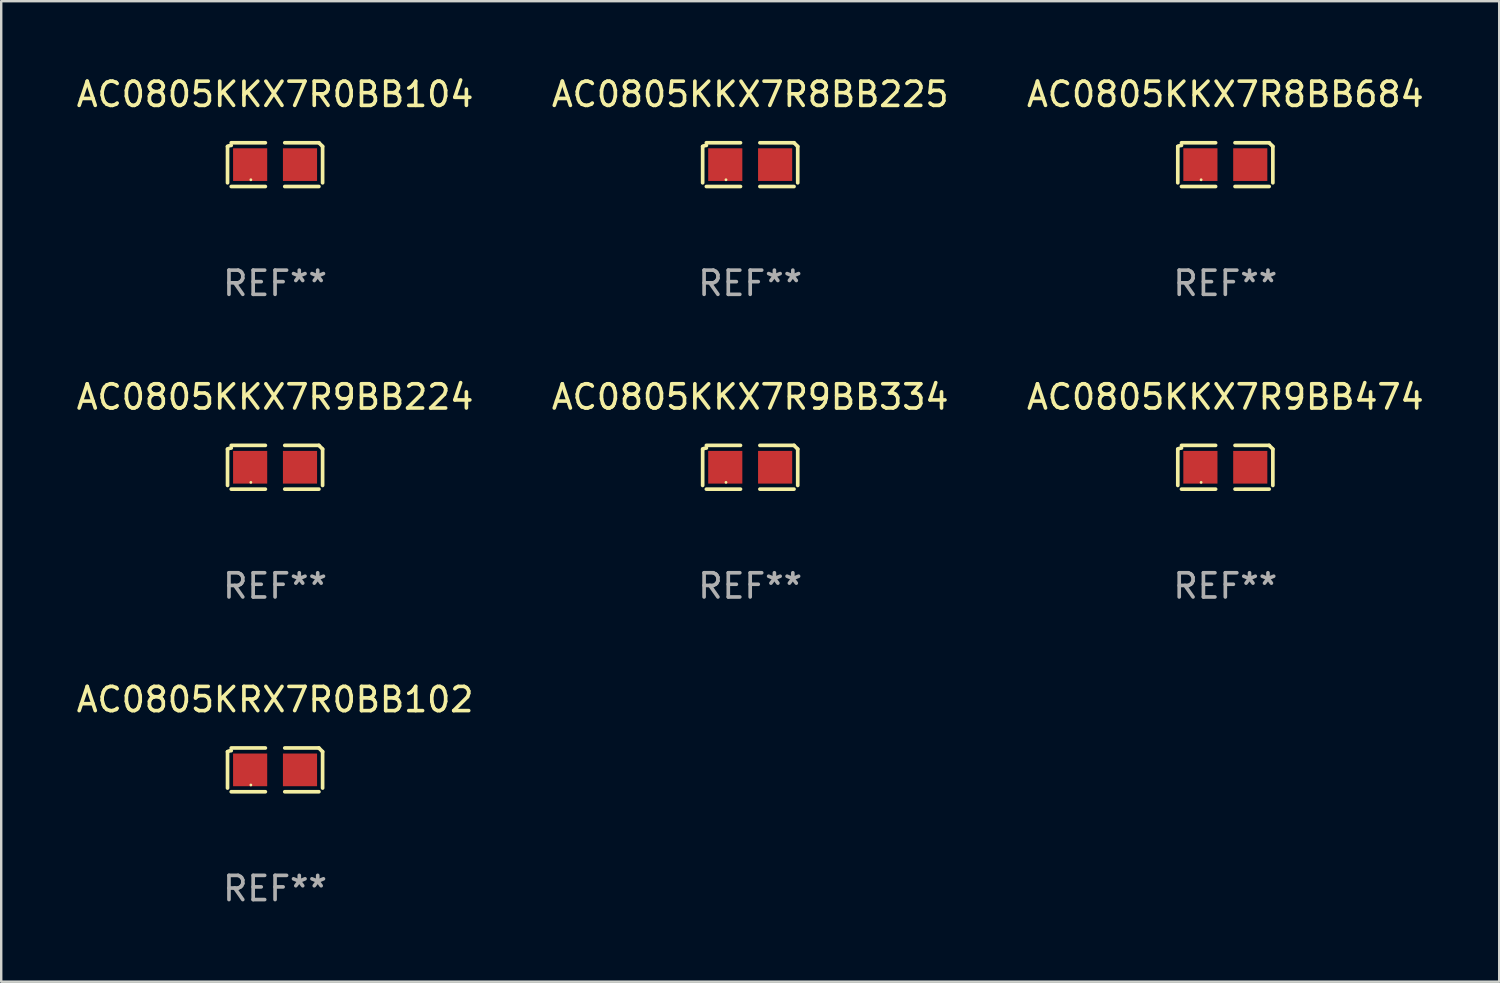
<source format=kicad_pcb>
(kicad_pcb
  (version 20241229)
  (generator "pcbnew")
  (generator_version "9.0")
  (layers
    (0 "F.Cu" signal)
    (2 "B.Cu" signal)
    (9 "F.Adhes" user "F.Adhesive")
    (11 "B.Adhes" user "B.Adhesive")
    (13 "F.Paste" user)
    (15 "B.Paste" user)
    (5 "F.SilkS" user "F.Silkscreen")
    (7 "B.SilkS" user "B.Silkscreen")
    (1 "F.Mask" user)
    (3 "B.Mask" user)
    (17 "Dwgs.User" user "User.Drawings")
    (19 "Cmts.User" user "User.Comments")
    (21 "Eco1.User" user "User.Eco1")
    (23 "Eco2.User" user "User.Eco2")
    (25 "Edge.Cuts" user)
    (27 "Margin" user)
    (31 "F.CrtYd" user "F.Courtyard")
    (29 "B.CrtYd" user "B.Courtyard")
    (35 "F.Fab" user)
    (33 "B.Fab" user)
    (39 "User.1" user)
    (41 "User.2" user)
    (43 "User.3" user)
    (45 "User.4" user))
  (footprint "AC0805KKX7R9BB334"
    (layer "F.Cu")
    (at 27.946 16.256)
    (property "Reference" "AC0805KKX7R9BB334" (at 0 -2.904 0) (layer "F.SilkS") (effects (font (size 1 1) (thickness 0.15))))
    (attr through_hole)
    (fp_line (start -1.964 0.751) (end -1.964 -0.751) (stroke (width 0.152) (type solid)) (layer "F.SilkS"))
    (fp_line (start -1.811 -0.904) (end -0.401 -0.904) (stroke (width 0.152) (type solid)) (layer "F.SilkS"))
    (fp_line (start -0.401 0.904) (end -1.811 0.904) (stroke (width 0.152) (type solid)) (layer "F.SilkS"))
    (fp_line (start 0.401 0.904) (end 1.811 0.904) (stroke (width 0.152) (type solid)) (layer "F.SilkS"))
    (fp_line (start 1.811 -0.904) (end 0.401 -0.904) (stroke (width 0.152) (type solid)) (layer "F.SilkS"))
    (fp_line (start 1.964 0.751) (end 1.964 -0.751) (stroke (width 0.152) (type solid)) (layer "F.SilkS"))
    (fp_arc (start -1.963602 -0.751207) (mid -1.890354 -0.783131) (end -1.811201 -0.794044) (stroke (width 0.1524) (type solid)) (layer "F.SilkS"))
    (fp_arc (start 1.811202 -0.903607) (mid 1.887413 -0.827418) (end 1.963602 -0.751207) (stroke (width 0.1524) (type solid)) (layer "F.SilkS"))
    (fp_circle (center -1 0.625) (end -0.97 0.625) (stroke (width 0.06) (type solid)) (fill no) (layer "F.SilkS"))
    (fp_text user "REF**" (at 0 4.904 0) (layer "F.Fab") (effects (font (size 1 1) (thickness 0.15))))
    (pad "1" smd rect (at -1.03 0) (size 1.41 1.35) (layers "F.Cu" "F.Mask" "F.Paste"))
    (pad "2" smd rect (at 1.03 0) (size 1.41 1.35) (layers "F.Cu" "F.Mask" "F.Paste")))
  (footprint "AC0805KKX7R0BB104"
    (layer "F.Cu")
    (at 8.315 3.752)
    (property "Reference" "AC0805KKX7R0BB104" (at 0 -2.904 0) (layer "F.SilkS") (effects (font (size 1 1) (thickness 0.15))))
    (attr through_hole)
    (fp_line (start -1.964 0.751) (end -1.964 -0.751) (stroke (width 0.152) (type solid)) (layer "F.SilkS"))
    (fp_line (start -1.811 -0.904) (end -0.401 -0.904) (stroke (width 0.152) (type solid)) (layer "F.SilkS"))
    (fp_line (start -0.401 0.904) (end -1.811 0.904) (stroke (width 0.152) (type solid)) (layer "F.SilkS"))
    (fp_line (start 0.401 0.904) (end 1.811 0.904) (stroke (width 0.152) (type solid)) (layer "F.SilkS"))
    (fp_line (start 1.811 -0.904) (end 0.401 -0.904) (stroke (width 0.152) (type solid)) (layer "F.SilkS"))
    (fp_line (start 1.964 0.751) (end 1.964 -0.751) (stroke (width 0.152) (type solid)) (layer "F.SilkS"))
    (fp_arc (start -1.963602 -0.751207) (mid -1.890354 -0.783131) (end -1.811201 -0.794044) (stroke (width 0.1524) (type solid)) (layer "F.SilkS"))
    (fp_arc (start 1.811202 -0.903607) (mid 1.887413 -0.827418) (end 1.963602 -0.751207) (stroke (width 0.1524) (type solid)) (layer "F.SilkS"))
    (fp_circle (center -1 0.625) (end -0.97 0.625) (stroke (width 0.06) (type solid)) (fill no) (layer "F.SilkS"))
    (fp_text user "REF**" (at 0 4.904 0) (layer "F.Fab") (effects (font (size 1 1) (thickness 0.15))))
    (pad "1" smd rect (at -1.03 0) (size 1.41 1.35) (layers "F.Cu" "F.Mask" "F.Paste"))
    (pad "2" smd rect (at 1.03 0) (size 1.41 1.35) (layers "F.Cu" "F.Mask" "F.Paste")))
  (footprint "AC0805KRX7R0BB102"
    (layer "F.Cu")
    (at 8.315 28.759)
    (property "Reference" "AC0805KRX7R0BB102" (at 0 -2.904 0) (layer "F.SilkS") (effects (font (size 1 1) (thickness 0.15))))
    (attr through_hole)
    (fp_line (start -1.964 0.751) (end -1.964 -0.751) (stroke (width 0.152) (type solid)) (layer "F.SilkS"))
    (fp_line (start -1.811 -0.904) (end -0.401 -0.904) (stroke (width 0.152) (type solid)) (layer "F.SilkS"))
    (fp_line (start -0.401 0.904) (end -1.811 0.904) (stroke (width 0.152) (type solid)) (layer "F.SilkS"))
    (fp_line (start 0.401 0.904) (end 1.811 0.904) (stroke (width 0.152) (type solid)) (layer "F.SilkS"))
    (fp_line (start 1.811 -0.904) (end 0.401 -0.904) (stroke (width 0.152) (type solid)) (layer "F.SilkS"))
    (fp_line (start 1.964 0.751) (end 1.964 -0.751) (stroke (width 0.152) (type solid)) (layer "F.SilkS"))
    (fp_arc (start -1.963602 -0.751207) (mid -1.890354 -0.783131) (end -1.811201 -0.794044) (stroke (width 0.1524) (type solid)) (layer "F.SilkS"))
    (fp_arc (start 1.811202 -0.903607) (mid 1.887413 -0.827418) (end 1.963602 -0.751207) (stroke (width 0.1524) (type solid)) (layer "F.SilkS"))
    (fp_circle (center -1 0.625) (end -0.97 0.625) (stroke (width 0.06) (type solid)) (fill no) (layer "F.SilkS"))
    (fp_text user "REF**" (at 0 4.904 0) (layer "F.Fab") (effects (font (size 1 1) (thickness 0.15))))
    (pad "1" smd rect (at -1.03 0) (size 1.41 1.35) (layers "F.Cu" "F.Mask" "F.Paste"))
    (pad "2" smd rect (at 1.03 0) (size 1.41 1.35) (layers "F.Cu" "F.Mask" "F.Paste")))
  (footprint "AC0805KKX7R9BB474"
    (layer "F.Cu")
    (at 47.577 16.256)
    (property "Reference" "AC0805KKX7R9BB474" (at 0 -2.904 0) (layer "F.SilkS") (effects (font (size 1 1) (thickness 0.15))))
    (attr through_hole)
    (fp_line (start -1.964 0.751) (end -1.964 -0.751) (stroke (width 0.152) (type solid)) (layer "F.SilkS"))
    (fp_line (start -1.811 -0.904) (end -0.401 -0.904) (stroke (width 0.152) (type solid)) (layer "F.SilkS"))
    (fp_line (start -0.401 0.904) (end -1.811 0.904) (stroke (width 0.152) (type solid)) (layer "F.SilkS"))
    (fp_line (start 0.401 0.904) (end 1.811 0.904) (stroke (width 0.152) (type solid)) (layer "F.SilkS"))
    (fp_line (start 1.811 -0.904) (end 0.401 -0.904) (stroke (width 0.152) (type solid)) (layer "F.SilkS"))
    (fp_line (start 1.964 0.751) (end 1.964 -0.751) (stroke (width 0.152) (type solid)) (layer "F.SilkS"))
    (fp_arc (start -1.963602 -0.751207) (mid -1.890354 -0.783131) (end -1.811201 -0.794044) (stroke (width 0.1524) (type solid)) (layer "F.SilkS"))
    (fp_arc (start 1.811202 -0.903607) (mid 1.887413 -0.827418) (end 1.963602 -0.751207) (stroke (width 0.1524) (type solid)) (layer "F.SilkS"))
    (fp_circle (center -1 0.625) (end -0.97 0.625) (stroke (width 0.06) (type solid)) (fill no) (layer "F.SilkS"))
    (fp_text user "REF**" (at 0 4.904 0) (layer "F.Fab") (effects (font (size 1 1) (thickness 0.15))))
    (pad "1" smd rect (at -1.03 0) (size 1.41 1.35) (layers "F.Cu" "F.Mask" "F.Paste"))
    (pad "2" smd rect (at 1.03 0) (size 1.41 1.35) (layers "F.Cu" "F.Mask" "F.Paste")))
  (footprint "AC0805KKX7R8BB225"
    (layer "F.Cu")
    (at 27.946 3.752)
    (property "Reference" "AC0805KKX7R8BB225" (at 0 -2.904 0) (layer "F.SilkS") (effects (font (size 1 1) (thickness 0.15))))
    (attr through_hole)
    (fp_line (start -1.964 0.751) (end -1.964 -0.751) (stroke (width 0.152) (type solid)) (layer "F.SilkS"))
    (fp_line (start -1.811 -0.904) (end -0.401 -0.904) (stroke (width 0.152) (type solid)) (layer "F.SilkS"))
    (fp_line (start -0.401 0.904) (end -1.811 0.904) (stroke (width 0.152) (type solid)) (layer "F.SilkS"))
    (fp_line (start 0.401 0.904) (end 1.811 0.904) (stroke (width 0.152) (type solid)) (layer "F.SilkS"))
    (fp_line (start 1.811 -0.904) (end 0.401 -0.904) (stroke (width 0.152) (type solid)) (layer "F.SilkS"))
    (fp_line (start 1.964 0.751) (end 1.964 -0.751) (stroke (width 0.152) (type solid)) (layer "F.SilkS"))
    (fp_arc (start -1.963602 -0.751207) (mid -1.890354 -0.783131) (end -1.811201 -0.794044) (stroke (width 0.1524) (type solid)) (layer "F.SilkS"))
    (fp_arc (start 1.811202 -0.903607) (mid 1.887413 -0.827418) (end 1.963602 -0.751207) (stroke (width 0.1524) (type solid)) (layer "F.SilkS"))
    (fp_circle (center -1 0.625) (end -0.97 0.625) (stroke (width 0.06) (type solid)) (fill no) (layer "F.SilkS"))
    (fp_text user "REF**" (at 0 4.904 0) (layer "F.Fab") (effects (font (size 1 1) (thickness 0.15))))
    (pad "1" smd rect (at -1.03 0) (size 1.41 1.35) (layers "F.Cu" "F.Mask" "F.Paste"))
    (pad "2" smd rect (at 1.03 0) (size 1.41 1.35) (layers "F.Cu" "F.Mask" "F.Paste")))
  (footprint "AC0805KKX7R8BB684"
    (layer "F.Cu")
    (at 47.577 3.752)
    (property "Reference" "AC0805KKX7R8BB684" (at 0 -2.904 0) (layer "F.SilkS") (effects (font (size 1 1) (thickness 0.15))))
    (attr through_hole)
    (fp_line (start -1.964 0.751) (end -1.964 -0.751) (stroke (width 0.152) (type solid)) (layer "F.SilkS"))
    (fp_line (start -1.811 -0.904) (end -0.401 -0.904) (stroke (width 0.152) (type solid)) (layer "F.SilkS"))
    (fp_line (start -0.401 0.904) (end -1.811 0.904) (stroke (width 0.152) (type solid)) (layer "F.SilkS"))
    (fp_line (start 0.401 0.904) (end 1.811 0.904) (stroke (width 0.152) (type solid)) (layer "F.SilkS"))
    (fp_line (start 1.811 -0.904) (end 0.401 -0.904) (stroke (width 0.152) (type solid)) (layer "F.SilkS"))
    (fp_line (start 1.964 0.751) (end 1.964 -0.751) (stroke (width 0.152) (type solid)) (layer "F.SilkS"))
    (fp_arc (start -1.963602 -0.751207) (mid -1.890354 -0.783131) (end -1.811201 -0.794044) (stroke (width 0.1524) (type solid)) (layer "F.SilkS"))
    (fp_arc (start 1.811202 -0.903607) (mid 1.887413 -0.827418) (end 1.963602 -0.751207) (stroke (width 0.1524) (type solid)) (layer "F.SilkS"))
    (fp_circle (center -1 0.625) (end -0.97 0.625) (stroke (width 0.06) (type solid)) (fill no) (layer "F.SilkS"))
    (fp_text user "REF**" (at 0 4.904 0) (layer "F.Fab") (effects (font (size 1 1) (thickness 0.15))))
    (pad "1" smd rect (at -1.03 0) (size 1.41 1.35) (layers "F.Cu" "F.Mask" "F.Paste"))
    (pad "2" smd rect (at 1.03 0) (size 1.41 1.35) (layers "F.Cu" "F.Mask" "F.Paste")))
  (footprint "AC0805KKX7R9BB224"
    (layer "F.Cu")
    (at 8.315 16.256)
    (property "Reference" "AC0805KKX7R9BB224" (at 0 -2.904 0) (layer "F.SilkS") (effects (font (size 1 1) (thickness 0.15))))
    (attr through_hole)
    (fp_line (start -1.964 0.751) (end -1.964 -0.751) (stroke (width 0.152) (type solid)) (layer "F.SilkS"))
    (fp_line (start -1.811 -0.904) (end -0.401 -0.904) (stroke (width 0.152) (type solid)) (layer "F.SilkS"))
    (fp_line (start -0.401 0.904) (end -1.811 0.904) (stroke (width 0.152) (type solid)) (layer "F.SilkS"))
    (fp_line (start 0.401 0.904) (end 1.811 0.904) (stroke (width 0.152) (type solid)) (layer "F.SilkS"))
    (fp_line (start 1.811 -0.904) (end 0.401 -0.904) (stroke (width 0.152) (type solid)) (layer "F.SilkS"))
    (fp_line (start 1.964 0.751) (end 1.964 -0.751) (stroke (width 0.152) (type solid)) (layer "F.SilkS"))
    (fp_arc (start -1.963602 -0.751207) (mid -1.890354 -0.783131) (end -1.811201 -0.794044) (stroke (width 0.1524) (type solid)) (layer "F.SilkS"))
    (fp_arc (start 1.811202 -0.903607) (mid 1.887413 -0.827418) (end 1.963602 -0.751207) (stroke (width 0.1524) (type solid)) (layer "F.SilkS"))
    (fp_circle (center -1 0.625) (end -0.97 0.625) (stroke (width 0.06) (type solid)) (fill no) (layer "F.SilkS"))
    (fp_text user "REF**" (at 0 4.904 0) (layer "F.Fab") (effects (font (size 1 1) (thickness 0.15))))
    (pad "1" smd rect (at -1.03 0) (size 1.41 1.35) (layers "F.Cu" "F.Mask" "F.Paste"))
    (pad "2" smd rect (at 1.03 0) (size 1.41 1.35) (layers "F.Cu" "F.Mask" "F.Paste")))
  (gr_rect
    (start -3 -3)
    (end 58.893 37.511)
    (stroke (width 0.1) (type default))
    (fill no)
    (layer "Edge.Cuts")))
</source>
